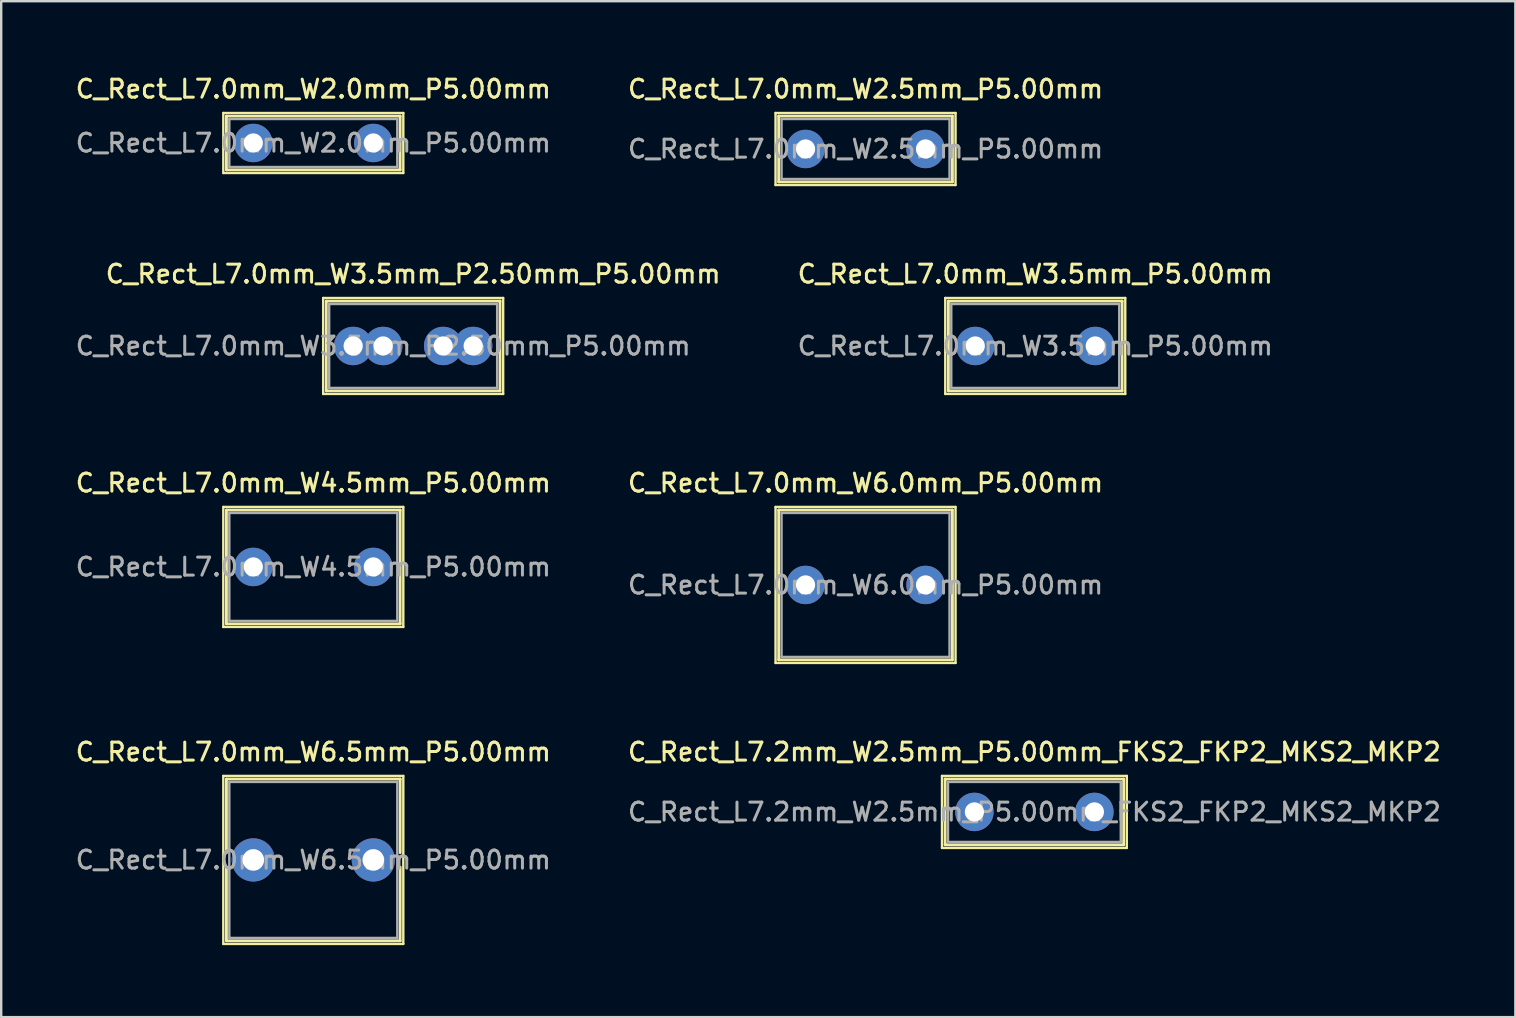
<source format=kicad_pcb>
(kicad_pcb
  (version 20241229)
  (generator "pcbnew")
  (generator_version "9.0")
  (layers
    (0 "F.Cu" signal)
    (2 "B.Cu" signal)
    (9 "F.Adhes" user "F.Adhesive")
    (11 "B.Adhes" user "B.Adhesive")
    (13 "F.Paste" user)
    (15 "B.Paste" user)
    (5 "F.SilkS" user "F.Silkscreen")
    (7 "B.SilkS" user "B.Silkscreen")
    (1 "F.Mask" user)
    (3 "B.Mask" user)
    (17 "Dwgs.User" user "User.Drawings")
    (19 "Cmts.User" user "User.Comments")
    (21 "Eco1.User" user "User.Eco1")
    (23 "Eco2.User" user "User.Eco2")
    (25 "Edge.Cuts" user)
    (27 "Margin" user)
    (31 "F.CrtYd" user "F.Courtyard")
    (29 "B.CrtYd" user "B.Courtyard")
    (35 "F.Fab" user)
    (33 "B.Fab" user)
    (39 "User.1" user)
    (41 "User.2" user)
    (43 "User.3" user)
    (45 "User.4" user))
  (footprint "C_Rect_L7.0mm_W6.5mm_P5.00mm"
    (layer "F.Cu")
    (at 7.505 32.782)
    (property "Reference" "C_Rect_L7.0mm_W6.5mm_P5.00mm" (at 2.5 -4.5 0) (layer "F.SilkS") (effects (font (size 0.75 0.75) (thickness 0.125))))
    (attr through_hole)
    (fp_line (start -1.25 -3.5) (end -1.25 3.5) (stroke (width 0.1) (type solid)) (layer "F.SilkS"))
    (fp_line (start -1.25 3.5) (end 6.25 3.5) (stroke (width 0.1) (type solid)) (layer "F.SilkS"))
    (fp_line (start -1.12 -3.37) (end -1.12 -0.301) (stroke (width 0.12) (type solid)) (layer "F.SilkS"))
    (fp_line (start -1.12 -3.37) (end 6.12 -3.37) (stroke (width 0.12) (type solid)) (layer "F.SilkS"))
    (fp_line (start -1.12 0.301) (end -1.12 3.37) (stroke (width 0.12) (type solid)) (layer "F.SilkS"))
    (fp_line (start -1.12 3.37) (end 6.12 3.37) (stroke (width 0.12) (type solid)) (layer "F.SilkS"))
    (fp_line (start 6.12 -3.37) (end 6.12 -0.301) (stroke (width 0.12) (type solid)) (layer "F.SilkS"))
    (fp_line (start 6.12 0.301) (end 6.12 3.37) (stroke (width 0.12) (type solid)) (layer "F.SilkS"))
    (fp_line (start 6.25 -3.5) (end -1.25 -3.5) (stroke (width 0.1) (type solid)) (layer "F.SilkS"))
    (fp_line (start 6.25 3.5) (end 6.25 -3.5) (stroke (width 0.1) (type solid)) (layer "F.SilkS"))
    (fp_line (start -1 -3.25) (end -1 3.25) (stroke (width 0.1) (type solid)) (layer "F.Fab"))
    (fp_line (start -1 3.25) (end 6 3.25) (stroke (width 0.1) (type solid)) (layer "F.Fab"))
    (fp_line (start 6 -3.25) (end -1 -3.25) (stroke (width 0.1) (type solid)) (layer "F.Fab"))
    (fp_line (start 6 3.25) (end 6 -3.25) (stroke (width 0.1) (type solid)) (layer "F.Fab"))
    (fp_text user "${REFERENCE}" (at 2.5 0 0) (layer "F.Fab") (effects (font (size 0.75 0.75) (thickness 0.125))))
    (pad "1" thru_hole circle (at 0 0) (size 1.8 1.8) (drill 0.9) (layers "*.Cu" "*.Mask"))
    (pad "2" thru_hole circle (at 5 0) (size 1.8 1.8) (drill 0.9) (layers "*.Cu" "*.Mask")))
  (footprint "C_Rect_L7.0mm_W4.5mm_P5.00mm"
    (layer "F.Cu")
    (at 7.505 20.574)
    (property "Reference" "C_Rect_L7.0mm_W4.5mm_P5.00mm" (at 2.5 -3.5 0) (layer "F.SilkS") (effects (font (size 0.75 0.75) (thickness 0.125))))
    (attr through_hole)
    (fp_line (start -1.25 -2.5) (end -1.25 2.5) (stroke (width 0.1) (type solid)) (layer "F.SilkS"))
    (fp_line (start -1.25 2.5) (end 6.25 2.5) (stroke (width 0.1) (type solid)) (layer "F.SilkS"))
    (fp_line (start -1.12 -2.37) (end -1.12 2.37) (stroke (width 0.12) (type solid)) (layer "F.SilkS"))
    (fp_line (start -1.12 -2.37) (end 6.12 -2.37) (stroke (width 0.12) (type solid)) (layer "F.SilkS"))
    (fp_line (start -1.12 2.37) (end 6.12 2.37) (stroke (width 0.12) (type solid)) (layer "F.SilkS"))
    (fp_line (start 6.12 -2.37) (end 6.12 2.37) (stroke (width 0.12) (type solid)) (layer "F.SilkS"))
    (fp_line (start 6.25 -2.5) (end -1.25 -2.5) (stroke (width 0.1) (type solid)) (layer "F.SilkS"))
    (fp_line (start 6.25 2.5) (end 6.25 -2.5) (stroke (width 0.1) (type solid)) (layer "F.SilkS"))
    (fp_line (start -1 -2.25) (end -1 2.25) (stroke (width 0.1) (type solid)) (layer "F.Fab"))
    (fp_line (start -1 2.25) (end 6 2.25) (stroke (width 0.1) (type solid)) (layer "F.Fab"))
    (fp_line (start 6 -2.25) (end -1 -2.25) (stroke (width 0.1) (type solid)) (layer "F.Fab"))
    (fp_line (start 6 2.25) (end 6 -2.25) (stroke (width 0.1) (type solid)) (layer "F.Fab"))
    (fp_text user "${REFERENCE}" (at 2.5 0 0) (layer "F.Fab") (effects (font (size 0.75 0.75) (thickness 0.125))))
    (pad "1" thru_hole circle (at 0 0) (size 1.6 1.6) (drill 0.8) (layers "*.Cu" "*.Mask"))
    (pad "2" thru_hole circle (at 5 0) (size 1.6 1.6) (drill 0.8) (layers "*.Cu" "*.Mask")))
  (footprint "C_Rect_L7.0mm_W2.0mm_P5.00mm"
    (layer "F.Cu")
    (at 7.505 2.908)
    (property "Reference" "C_Rect_L7.0mm_W2.0mm_P5.00mm" (at 2.5 -2.25 0) (layer "F.SilkS") (effects (font (size 0.75 0.75) (thickness 0.125))))
    (attr through_hole)
    (fp_line (start -1.25 -1.25) (end -1.25 1.25) (stroke (width 0.1) (type solid)) (layer "F.SilkS"))
    (fp_line (start -1.25 1.25) (end 6.25 1.25) (stroke (width 0.1) (type solid)) (layer "F.SilkS"))
    (fp_line (start -1.12 -1.12) (end -1.12 1.12) (stroke (width 0.12) (type solid)) (layer "F.SilkS"))
    (fp_line (start -1.12 -1.12) (end 6.12 -1.12) (stroke (width 0.12) (type solid)) (layer "F.SilkS"))
    (fp_line (start -1.12 1.12) (end 6.12 1.12) (stroke (width 0.12) (type solid)) (layer "F.SilkS"))
    (fp_line (start 6.12 -1.12) (end 6.12 1.12) (stroke (width 0.12) (type solid)) (layer "F.SilkS"))
    (fp_line (start 6.25 -1.25) (end -1.25 -1.25) (stroke (width 0.1) (type solid)) (layer "F.SilkS"))
    (fp_line (start 6.25 1.25) (end 6.25 -1.25) (stroke (width 0.1) (type solid)) (layer "F.SilkS"))
    (fp_line (start -1 -1) (end -1 1) (stroke (width 0.1) (type solid)) (layer "F.Fab"))
    (fp_line (start -1 1) (end 6 1) (stroke (width 0.1) (type solid)) (layer "F.Fab"))
    (fp_line (start 6 -1) (end -1 -1) (stroke (width 0.1) (type solid)) (layer "F.Fab"))
    (fp_line (start 6 1) (end 6 -1) (stroke (width 0.1) (type solid)) (layer "F.Fab"))
    (fp_text user "${REFERENCE}" (at 2.5 0 0) (layer "F.Fab") (effects (font (size 0.75 0.75) (thickness 0.125))))
    (pad "1" thru_hole circle (at 0 0) (size 1.6 1.6) (drill 0.8) (layers "*.Cu" "*.Mask"))
    (pad "2" thru_hole circle (at 5 0) (size 1.6 1.6) (drill 0.8) (layers "*.Cu" "*.Mask")))
  (footprint "C_Rect_L7.0mm_W2.5mm_P5.00mm"
    (layer "F.Cu")
    (at 30.516 3.158)
    (property "Reference" "C_Rect_L7.0mm_W2.5mm_P5.00mm" (at 2.5 -2.5 0) (layer "F.SilkS") (effects (font (size 0.75 0.75) (thickness 0.125))))
    (attr through_hole)
    (fp_line (start -1.25 -1.5) (end -1.25 1.5) (stroke (width 0.1) (type solid)) (layer "F.SilkS"))
    (fp_line (start -1.25 1.5) (end 6.25 1.5) (stroke (width 0.1) (type solid)) (layer "F.SilkS"))
    (fp_line (start -1.12 -1.37) (end -1.12 1.37) (stroke (width 0.12) (type solid)) (layer "F.SilkS"))
    (fp_line (start -1.12 -1.37) (end 6.12 -1.37) (stroke (width 0.12) (type solid)) (layer "F.SilkS"))
    (fp_line (start -1.12 1.37) (end 6.12 1.37) (stroke (width 0.12) (type solid)) (layer "F.SilkS"))
    (fp_line (start 6.12 -1.37) (end 6.12 1.37) (stroke (width 0.12) (type solid)) (layer "F.SilkS"))
    (fp_line (start 6.25 -1.5) (end -1.25 -1.5) (stroke (width 0.1) (type solid)) (layer "F.SilkS"))
    (fp_line (start 6.25 1.5) (end 6.25 -1.5) (stroke (width 0.1) (type solid)) (layer "F.SilkS"))
    (fp_line (start -1 -1.25) (end -1 1.25) (stroke (width 0.1) (type solid)) (layer "F.Fab"))
    (fp_line (start -1 1.25) (end 6 1.25) (stroke (width 0.1) (type solid)) (layer "F.Fab"))
    (fp_line (start 6 -1.25) (end -1 -1.25) (stroke (width 0.1) (type solid)) (layer "F.Fab"))
    (fp_line (start 6 1.25) (end 6 -1.25) (stroke (width 0.1) (type solid)) (layer "F.Fab"))
    (fp_text user "${REFERENCE}" (at 2.5 0 0) (layer "F.Fab") (effects (font (size 0.75 0.75) (thickness 0.125))))
    (pad "1" thru_hole circle (at 0 0) (size 1.6 1.6) (drill 0.8) (layers "*.Cu" "*.Mask"))
    (pad "2" thru_hole circle (at 5 0) (size 1.6 1.6) (drill 0.8) (layers "*.Cu" "*.Mask")))
  (footprint "C_Rect_L7.0mm_W6.0mm_P5.00mm"
    (layer "F.Cu")
    (at 30.516 21.324)
    (property "Reference" "C_Rect_L7.0mm_W6.0mm_P5.00mm" (at 2.5 -4.25 0) (layer "F.SilkS") (effects (font (size 0.75 0.75) (thickness 0.125))))
    (attr through_hole)
    (fp_line (start -1.25 -3.25) (end -1.25 3.25) (stroke (width 0.1) (type solid)) (layer "F.SilkS"))
    (fp_line (start -1.25 3.25) (end 6.25 3.25) (stroke (width 0.1) (type solid)) (layer "F.SilkS"))
    (fp_line (start -1.12 -3.12) (end -1.12 3.12) (stroke (width 0.12) (type solid)) (layer "F.SilkS"))
    (fp_line (start -1.12 -3.12) (end 6.12 -3.12) (stroke (width 0.12) (type solid)) (layer "F.SilkS"))
    (fp_line (start -1.12 3.12) (end 6.12 3.12) (stroke (width 0.12) (type solid)) (layer "F.SilkS"))
    (fp_line (start 6.12 -3.12) (end 6.12 3.12) (stroke (width 0.12) (type solid)) (layer "F.SilkS"))
    (fp_line (start 6.25 -3.25) (end -1.25 -3.25) (stroke (width 0.1) (type solid)) (layer "F.SilkS"))
    (fp_line (start 6.25 3.25) (end 6.25 -3.25) (stroke (width 0.1) (type solid)) (layer "F.SilkS"))
    (fp_line (start -1 -3) (end -1 3) (stroke (width 0.1) (type solid)) (layer "F.Fab"))
    (fp_line (start -1 3) (end 6 3) (stroke (width 0.1) (type solid)) (layer "F.Fab"))
    (fp_line (start 6 -3) (end -1 -3) (stroke (width 0.1) (type solid)) (layer "F.Fab"))
    (fp_line (start 6 3) (end 6 -3) (stroke (width 0.1) (type solid)) (layer "F.Fab"))
    (fp_text user "${REFERENCE}" (at 2.5 0 0) (layer "F.Fab") (effects (font (size 0.75 0.75) (thickness 0.125))))
    (pad "1" thru_hole circle (at 0 0) (size 1.6 1.6) (drill 0.8) (layers "*.Cu" "*.Mask"))
    (pad "2" thru_hole circle (at 5 0) (size 1.6 1.6) (drill 0.8) (layers "*.Cu" "*.Mask")))
  (footprint "C_Rect_L7.2mm_W2.5mm_P5.00mm_FKS2_FKP2_MKS2_MKP2"
    (layer "F.Cu")
    (at 37.552 30.782)
    (property "Reference" "C_Rect_L7.2mm_W2.5mm_P5.00mm_FKS2_FKP2_MKS2_MKP2" (at 2.5 -2.5 0) (layer "F.SilkS") (effects (font (size 0.75 0.75) (thickness 0.125))))
    (attr through_hole)
    (fp_line (start -1.35 -1.5) (end -1.35 1.5) (stroke (width 0.1) (type solid)) (layer "F.SilkS"))
    (fp_line (start -1.35 1.5) (end 6.35 1.5) (stroke (width 0.1) (type solid)) (layer "F.SilkS"))
    (fp_line (start -1.22 -1.37) (end -1.22 1.37) (stroke (width 0.12) (type solid)) (layer "F.SilkS"))
    (fp_line (start -1.22 -1.37) (end 6.22 -1.37) (stroke (width 0.12) (type solid)) (layer "F.SilkS"))
    (fp_line (start -1.22 1.37) (end 6.22 1.37) (stroke (width 0.12) (type solid)) (layer "F.SilkS"))
    (fp_line (start 6.22 -1.37) (end 6.22 1.37) (stroke (width 0.12) (type solid)) (layer "F.SilkS"))
    (fp_line (start 6.35 -1.5) (end -1.35 -1.5) (stroke (width 0.1) (type solid)) (layer "F.SilkS"))
    (fp_line (start 6.35 1.5) (end 6.35 -1.5) (stroke (width 0.1) (type solid)) (layer "F.SilkS"))
    (fp_line (start -1.1 -1.25) (end -1.1 1.25) (stroke (width 0.1) (type solid)) (layer "F.Fab"))
    (fp_line (start -1.1 1.25) (end 6.1 1.25) (stroke (width 0.1) (type solid)) (layer "F.Fab"))
    (fp_line (start 6.1 -1.25) (end -1.1 -1.25) (stroke (width 0.1) (type solid)) (layer "F.Fab"))
    (fp_line (start 6.1 1.25) (end 6.1 -1.25) (stroke (width 0.1) (type solid)) (layer "F.Fab"))
    (fp_text user "${REFERENCE}" (at 2.5 0 0) (layer "F.Fab") (effects (font (size 0.75 0.75) (thickness 0.125))))
    (pad "1" thru_hole circle (at 0 0) (size 1.6 1.6) (drill 0.8) (layers "*.Cu" "*.Mask"))
    (pad "2" thru_hole circle (at 5 0) (size 1.6 1.6) (drill 0.8) (layers "*.Cu" "*.Mask")))
  (footprint "C_Rect_L7.0mm_W3.5mm_P5.00mm"
    (layer "F.Cu")
    (at 37.588 11.366)
    (property "Reference" "C_Rect_L7.0mm_W3.5mm_P5.00mm" (at 2.5 -3 0) (layer "F.SilkS") (effects (font (size 0.75 0.75) (thickness 0.125))))
    (attr through_hole)
    (fp_line (start -1.25 -2) (end -1.25 2) (stroke (width 0.1) (type solid)) (layer "F.SilkS"))
    (fp_line (start -1.25 2) (end 6.25 2) (stroke (width 0.1) (type solid)) (layer "F.SilkS"))
    (fp_line (start -1.12 -1.87) (end -1.12 1.87) (stroke (width 0.12) (type solid)) (layer "F.SilkS"))
    (fp_line (start -1.12 -1.87) (end 6.12 -1.87) (stroke (width 0.12) (type solid)) (layer "F.SilkS"))
    (fp_line (start -1.12 1.87) (end 6.12 1.87) (stroke (width 0.12) (type solid)) (layer "F.SilkS"))
    (fp_line (start 6.12 -1.87) (end 6.12 1.87) (stroke (width 0.12) (type solid)) (layer "F.SilkS"))
    (fp_line (start 6.25 -2) (end -1.25 -2) (stroke (width 0.1) (type solid)) (layer "F.SilkS"))
    (fp_line (start 6.25 2) (end 6.25 -2) (stroke (width 0.1) (type solid)) (layer "F.SilkS"))
    (fp_line (start -1 -1.75) (end -1 1.75) (stroke (width 0.1) (type solid)) (layer "F.Fab"))
    (fp_line (start -1 1.75) (end 6 1.75) (stroke (width 0.1) (type solid)) (layer "F.Fab"))
    (fp_line (start 6 -1.75) (end -1 -1.75) (stroke (width 0.1) (type solid)) (layer "F.Fab"))
    (fp_line (start 6 1.75) (end 6 -1.75) (stroke (width 0.1) (type solid)) (layer "F.Fab"))
    (fp_text user "${REFERENCE}" (at 2.5 0 0) (layer "F.Fab") (effects (font (size 0.75 0.75) (thickness 0.125))))
    (pad "1" thru_hole circle (at 0 0) (size 1.6 1.6) (drill 0.8) (layers "*.Cu" "*.Mask"))
    (pad "2" thru_hole circle (at 5 0) (size 1.6 1.6) (drill 0.8) (layers "*.Cu" "*.Mask")))
  (footprint "C_Rect_L7.0mm_W3.5mm_P2.50mm_P5.00mm"
    (layer "F.Cu")
    (at 11.666 11.366)
    (property "Reference" "C_Rect_L7.0mm_W3.5mm_P2.50mm_P5.00mm" (at 2.5 -3 0) (layer "F.SilkS") (effects (font (size 0.75 0.75) (thickness 0.125))))
    (attr through_hole)
    (fp_line (start -1.25 -2) (end -1.25 2) (stroke (width 0.1) (type solid)) (layer "F.SilkS"))
    (fp_line (start -1.25 2) (end 6.25 2) (stroke (width 0.1) (type solid)) (layer "F.SilkS"))
    (fp_line (start -1.12 -1.87) (end -1.12 1.87) (stroke (width 0.12) (type solid)) (layer "F.SilkS"))
    (fp_line (start -1.12 -1.87) (end 6.12 -1.87) (stroke (width 0.12) (type solid)) (layer "F.SilkS"))
    (fp_line (start -1.12 1.87) (end 6.12 1.87) (stroke (width 0.12) (type solid)) (layer "F.SilkS"))
    (fp_line (start 6.12 -1.87) (end 6.12 1.87) (stroke (width 0.12) (type solid)) (layer "F.SilkS"))
    (fp_line (start 6.25 -2) (end -1.25 -2) (stroke (width 0.1) (type solid)) (layer "F.SilkS"))
    (fp_line (start 6.25 2) (end 6.25 -2) (stroke (width 0.1) (type solid)) (layer "F.SilkS"))
    (fp_line (start -1 -1.75) (end -1 1.75) (stroke (width 0.1) (type solid)) (layer "F.Fab"))
    (fp_line (start -1 1.75) (end 6 1.75) (stroke (width 0.1) (type solid)) (layer "F.Fab"))
    (fp_line (start 6 -1.75) (end -1 -1.75) (stroke (width 0.1) (type solid)) (layer "F.Fab"))
    (fp_line (start 6 1.75) (end 6 -1.75) (stroke (width 0.1) (type solid)) (layer "F.Fab"))
    (fp_text user "${REFERENCE}" (at 1.25 0 0) (layer "F.Fab") (effects (font (size 0.75 0.75) (thickness 0.125))))
    (pad "1" thru_hole circle (at 0 0) (size 1.6 1.6) (drill 0.8) (layers "*.Cu" "*.Mask"))
    (pad "1" thru_hole circle (at 1.25 0) (size 1.6 1.6) (drill 0.8) (layers "*.Cu" "*.Mask"))
    (pad "2" thru_hole circle (at 3.75 0) (size 1.6 1.6) (drill 0.8) (layers "*.Cu" "*.Mask"))
    (pad "2" thru_hole circle (at 5 0) (size 1.6 1.6) (drill 0.8) (layers "*.Cu" "*.Mask")))
  (gr_rect
    (start -3 -3)
    (end 60.093 39.333)
    (stroke (width 0.1) (type default))
    (fill no)
    (layer "Edge.Cuts")))
</source>
